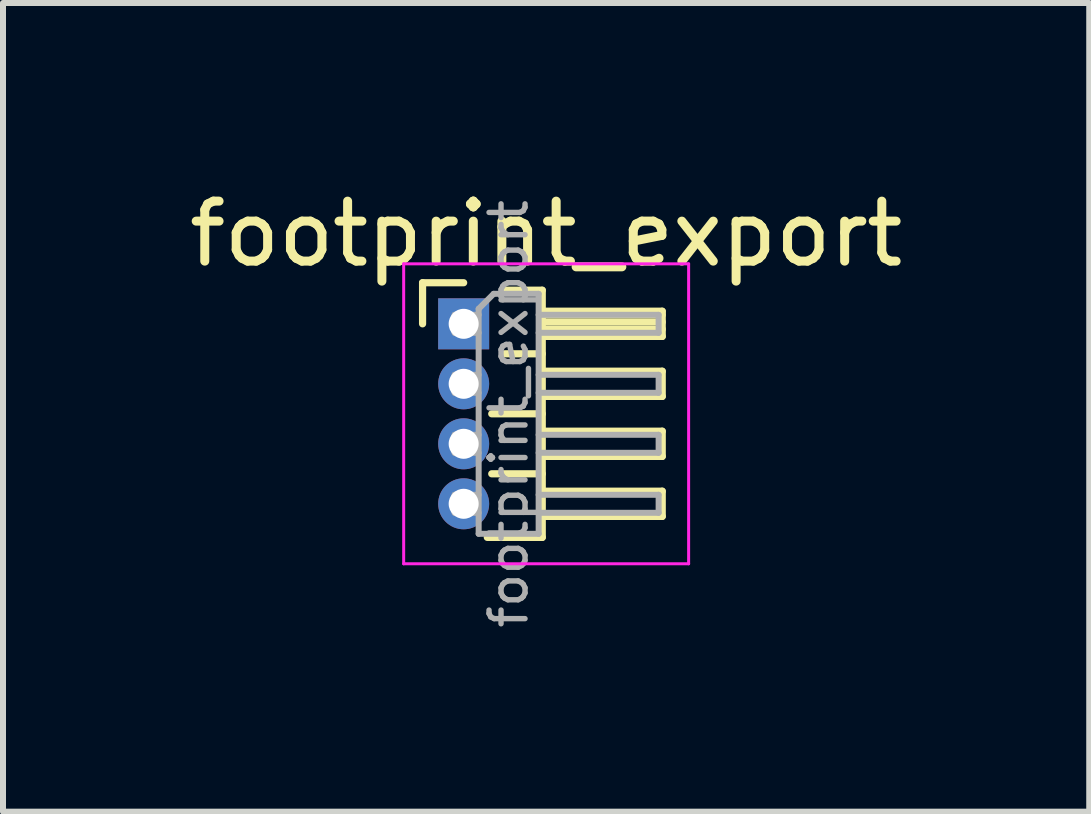
<source format=kicad_pcb>
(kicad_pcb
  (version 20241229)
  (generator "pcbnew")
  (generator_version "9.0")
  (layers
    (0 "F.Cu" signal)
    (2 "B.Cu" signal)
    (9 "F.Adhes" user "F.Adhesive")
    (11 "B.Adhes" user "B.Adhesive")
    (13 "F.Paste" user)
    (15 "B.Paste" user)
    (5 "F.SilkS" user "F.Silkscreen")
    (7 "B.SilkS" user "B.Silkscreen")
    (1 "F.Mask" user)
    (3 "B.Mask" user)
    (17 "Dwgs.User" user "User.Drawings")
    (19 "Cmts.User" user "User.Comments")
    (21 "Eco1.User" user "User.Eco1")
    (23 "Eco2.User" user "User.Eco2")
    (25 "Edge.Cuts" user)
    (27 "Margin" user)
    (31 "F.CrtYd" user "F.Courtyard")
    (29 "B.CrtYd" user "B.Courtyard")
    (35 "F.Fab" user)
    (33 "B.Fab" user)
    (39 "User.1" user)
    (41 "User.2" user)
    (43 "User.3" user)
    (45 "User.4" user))
  (footprint "footprint_export"
    (layer "F.Cu")
    (at 4.679 2.348)
    (property "Reference" "footprint_export" (at 1.375 -1.5 0) (layer "F.SilkS") (effects (font (size 1 1) (thickness 0.15))))
    (attr through_hole)
    (fp_line (start -0.685 -0.685) (end 0 -0.685) (stroke (width 0.12) (type solid)) (layer "F.SilkS"))
    (fp_line (start -0.685 0) (end -0.685 -0.685) (stroke (width 0.12) (type solid)) (layer "F.SilkS"))
    (fp_line (start 0.468 1.5) (end 1.31 1.5) (stroke (width 0.12) (type solid)) (layer "F.SilkS"))
    (fp_line (start 0.468 2.5) (end 1.31 2.5) (stroke (width 0.12) (type solid)) (layer "F.SilkS"))
    (fp_line (start 0.685 -0.56) (end 1.31 -0.56) (stroke (width 0.12) (type solid)) (layer "F.SilkS"))
    (fp_line (start 0.685 0.5) (end 1.31 0.5) (stroke (width 0.12) (type solid)) (layer "F.SilkS"))
    (fp_line (start 1.31 -0.56) (end 1.31 3.56) (stroke (width 0.12) (type solid)) (layer "F.SilkS"))
    (fp_line (start 1.31 -0.21) (end 3.31 -0.21) (stroke (width 0.12) (type solid)) (layer "F.SilkS"))
    (fp_line (start 1.31 -0.15) (end 3.31 -0.15) (stroke (width 0.12) (type solid)) (layer "F.SilkS"))
    (fp_line (start 1.31 -0.03) (end 3.31 -0.03) (stroke (width 0.12) (type solid)) (layer "F.SilkS"))
    (fp_line (start 1.31 0.09) (end 3.31 0.09) (stroke (width 0.12) (type solid)) (layer "F.SilkS"))
    (fp_line (start 1.31 0.79) (end 3.31 0.79) (stroke (width 0.12) (type solid)) (layer "F.SilkS"))
    (fp_line (start 1.31 1.79) (end 3.31 1.79) (stroke (width 0.12) (type solid)) (layer "F.SilkS"))
    (fp_line (start 1.31 2.79) (end 3.31 2.79) (stroke (width 0.12) (type solid)) (layer "F.SilkS"))
    (fp_line (start 1.31 3.56) (end 0.394 3.56) (stroke (width 0.12) (type solid)) (layer "F.SilkS"))
    (fp_line (start 3.31 -0.21) (end 3.31 0.21) (stroke (width 0.12) (type solid)) (layer "F.SilkS"))
    (fp_line (start 3.31 0.21) (end 1.31 0.21) (stroke (width 0.12) (type solid)) (layer "F.SilkS"))
    (fp_line (start 3.31 0.79) (end 3.31 1.21) (stroke (width 0.12) (type solid)) (layer "F.SilkS"))
    (fp_line (start 3.31 1.21) (end 1.31 1.21) (stroke (width 0.12) (type solid)) (layer "F.SilkS"))
    (fp_line (start 3.31 1.79) (end 3.31 2.21) (stroke (width 0.12) (type solid)) (layer "F.SilkS"))
    (fp_line (start 3.31 2.21) (end 1.31 2.21) (stroke (width 0.12) (type solid)) (layer "F.SilkS"))
    (fp_line (start 3.31 2.79) (end 3.31 3.21) (stroke (width 0.12) (type solid)) (layer "F.SilkS"))
    (fp_line (start 3.31 3.21) (end 1.31 3.21) (stroke (width 0.12) (type solid)) (layer "F.SilkS"))
    (fp_line (start -1 -1) (end -1 4) (stroke (width 0.05) (type solid)) (layer "F.CrtYd"))
    (fp_line (start -1 4) (end 3.75 4) (stroke (width 0.05) (type solid)) (layer "F.CrtYd"))
    (fp_line (start 3.75 -1) (end -1 -1) (stroke (width 0.05) (type solid)) (layer "F.CrtYd"))
    (fp_line (start 3.75 4) (end 3.75 -1) (stroke (width 0.05) (type solid)) (layer "F.CrtYd"))
    (fp_line (start -0.15 -0.15) (end -0.15 0.15) (stroke (width 0.1) (type solid)) (layer "F.Fab"))
    (fp_line (start -0.15 -0.15) (end 0.25 -0.15) (stroke (width 0.1) (type solid)) (layer "F.Fab"))
    (fp_line (start -0.15 0.15) (end 0.25 0.15) (stroke (width 0.1) (type solid)) (layer "F.Fab"))
    (fp_line (start -0.15 0.85) (end -0.15 1.15) (stroke (width 0.1) (type solid)) (layer "F.Fab"))
    (fp_line (start -0.15 0.85) (end 0.25 0.85) (stroke (width 0.1) (type solid)) (layer "F.Fab"))
    (fp_line (start -0.15 1.15) (end 0.25 1.15) (stroke (width 0.1) (type solid)) (layer "F.Fab"))
    (fp_line (start -0.15 1.85) (end -0.15 2.15) (stroke (width 0.1) (type solid)) (layer "F.Fab"))
    (fp_line (start -0.15 1.85) (end 0.25 1.85) (stroke (width 0.1) (type solid)) (layer "F.Fab"))
    (fp_line (start -0.15 2.15) (end 0.25 2.15) (stroke (width 0.1) (type solid)) (layer "F.Fab"))
    (fp_line (start -0.15 2.85) (end -0.15 3.15) (stroke (width 0.1) (type solid)) (layer "F.Fab"))
    (fp_line (start -0.15 2.85) (end 0.25 2.85) (stroke (width 0.1) (type solid)) (layer "F.Fab"))
    (fp_line (start -0.15 3.15) (end 0.25 3.15) (stroke (width 0.1) (type solid)) (layer "F.Fab"))
    (fp_line (start 0.25 -0.25) (end 0.5 -0.5) (stroke (width 0.1) (type solid)) (layer "F.Fab"))
    (fp_line (start 0.25 3.5) (end 0.25 -0.25) (stroke (width 0.1) (type solid)) (layer "F.Fab"))
    (fp_line (start 0.5 -0.5) (end 1.25 -0.5) (stroke (width 0.1) (type solid)) (layer "F.Fab"))
    (fp_line (start 1.25 -0.5) (end 1.25 3.5) (stroke (width 0.1) (type solid)) (layer "F.Fab"))
    (fp_line (start 1.25 -0.15) (end 3.25 -0.15) (stroke (width 0.1) (type solid)) (layer "F.Fab"))
    (fp_line (start 1.25 0.15) (end 3.25 0.15) (stroke (width 0.1) (type solid)) (layer "F.Fab"))
    (fp_line (start 1.25 0.85) (end 3.25 0.85) (stroke (width 0.1) (type solid)) (layer "F.Fab"))
    (fp_line (start 1.25 1.15) (end 3.25 1.15) (stroke (width 0.1) (type solid)) (layer "F.Fab"))
    (fp_line (start 1.25 1.85) (end 3.25 1.85) (stroke (width 0.1) (type solid)) (layer "F.Fab"))
    (fp_line (start 1.25 2.15) (end 3.25 2.15) (stroke (width 0.1) (type solid)) (layer "F.Fab"))
    (fp_line (start 1.25 2.85) (end 3.25 2.85) (stroke (width 0.1) (type solid)) (layer "F.Fab"))
    (fp_line (start 1.25 3.15) (end 3.25 3.15) (stroke (width 0.1) (type solid)) (layer "F.Fab"))
    (fp_line (start 1.25 3.5) (end 0.25 3.5) (stroke (width 0.1) (type solid)) (layer "F.Fab"))
    (fp_line (start 3.25 -0.15) (end 3.25 0.15) (stroke (width 0.1) (type solid)) (layer "F.Fab"))
    (fp_line (start 3.25 0.85) (end 3.25 1.15) (stroke (width 0.1) (type solid)) (layer "F.Fab"))
    (fp_line (start 3.25 1.85) (end 3.25 2.15) (stroke (width 0.1) (type solid)) (layer "F.Fab"))
    (fp_line (start 3.25 2.85) (end 3.25 3.15) (stroke (width 0.1) (type solid)) (layer "F.Fab"))
    (fp_text user "${REFERENCE}" (at 0.75 1.5 90) (layer "F.Fab") (effects (font (size 0.6 0.6) (thickness 0.09))))
    (pad "1" thru_hole rect (at 0 0) (size 0.85 0.85) (drill 0.5) (layers "*.Cu" "*.Mask"))
    (pad "2" thru_hole oval (at 0 1) (size 0.85 0.85) (drill 0.5) (layers "*.Cu" "*.Mask"))
    (pad "3" thru_hole oval (at 0 2) (size 0.85 0.85) (drill 0.5) (layers "*.Cu" "*.Mask"))
    (pad "4" thru_hole oval (at 0 3) (size 0.85 0.85) (drill 0.5) (layers "*.Cu" "*.Mask")))
  (gr_rect
    (start -3 -3)
    (end 15.107 10.48)
    (stroke (width 0.1) (type default))
    (fill no)
    (layer "Edge.Cuts")))
</source>
